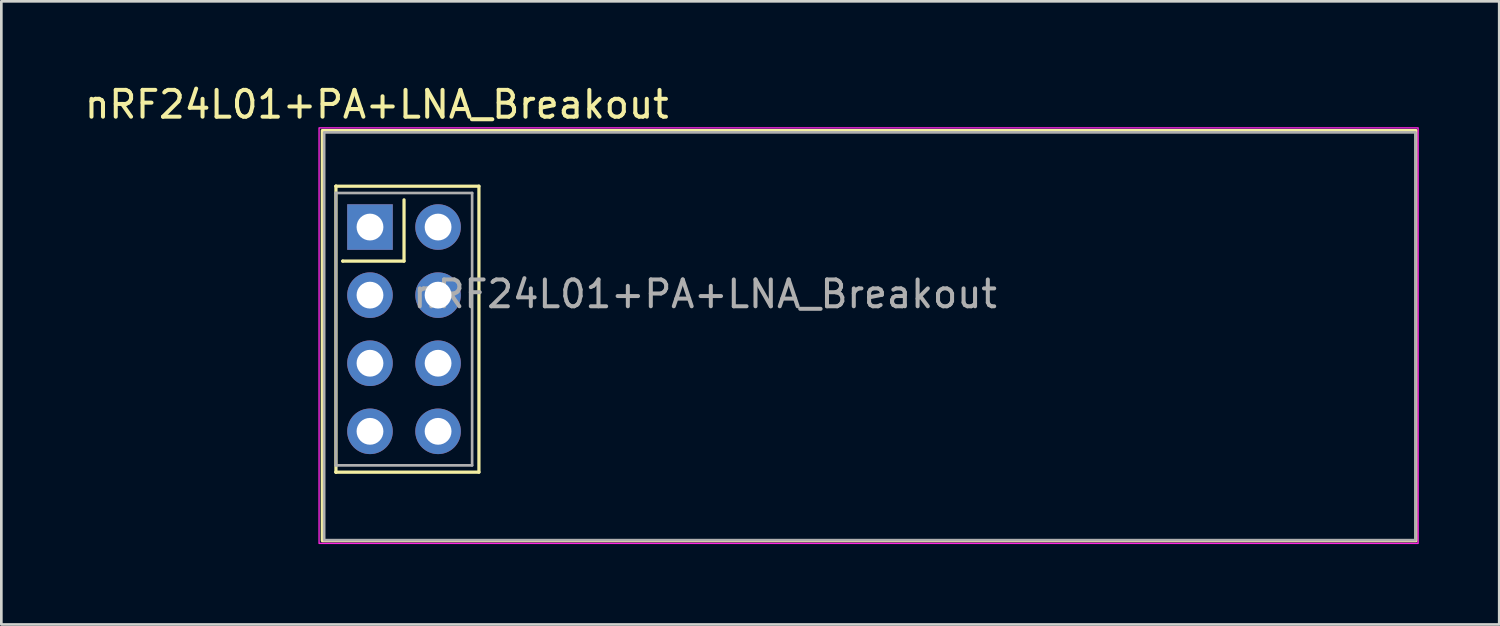
<source format=kicad_pcb>
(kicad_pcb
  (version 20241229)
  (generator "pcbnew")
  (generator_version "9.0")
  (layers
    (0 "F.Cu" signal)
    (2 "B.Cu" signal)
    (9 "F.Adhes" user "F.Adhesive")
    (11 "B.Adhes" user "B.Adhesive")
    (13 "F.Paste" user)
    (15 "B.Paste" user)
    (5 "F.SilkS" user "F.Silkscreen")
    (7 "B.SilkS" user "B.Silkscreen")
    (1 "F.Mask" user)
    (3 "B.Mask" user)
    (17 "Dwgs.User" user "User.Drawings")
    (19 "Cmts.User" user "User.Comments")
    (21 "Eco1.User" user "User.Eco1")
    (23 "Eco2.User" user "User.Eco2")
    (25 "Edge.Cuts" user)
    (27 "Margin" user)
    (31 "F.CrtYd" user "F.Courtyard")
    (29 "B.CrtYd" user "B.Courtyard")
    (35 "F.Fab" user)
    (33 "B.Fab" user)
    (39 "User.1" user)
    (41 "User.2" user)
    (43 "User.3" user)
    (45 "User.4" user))
  (footprint "nRF24L01+PA+LNA_Breakout"
    (layer "F.Cu")
    (at 10.752 5.42)
    (property "Reference" "nRF24L01+PA+LNA_Breakout" (at 0.254 -4.572 0) (layer "F.SilkS") (effects (font (size 1 1) (thickness 0.15))))
    (attr through_hole)
    (fp_line (start -1.27 -1.524) (end -1.27 -1.524) (stroke (width 0.12) (type solid)) (layer "F.SilkS"))
    (fp_line (start -1.27 -1.524) (end 4.064 -1.524) (stroke (width 0.12) (type solid)) (layer "F.SilkS"))
    (fp_line (start -1.27 9.144) (end -1.27 -1.524) (stroke (width 0.12) (type solid)) (layer "F.SilkS"))
    (fp_line (start -1.27 9.144) (end -1.27 9.144) (stroke (width 0.12) (type solid)) (layer "F.SilkS"))
    (fp_line (start -1.016 1.27) (end -1.016 1.27) (stroke (width 0.12) (type solid)) (layer "F.SilkS"))
    (fp_line (start 1.27 -1.016) (end 1.27 1.27) (stroke (width 0.12) (type solid)) (layer "F.SilkS"))
    (fp_line (start 1.27 1.27) (end -1.016 1.27) (stroke (width 0.12) (type solid)) (layer "F.SilkS"))
    (fp_line (start 4.064 -1.524) (end 4.064 9.144) (stroke (width 0.12) (type solid)) (layer "F.SilkS"))
    (fp_line (start 4.064 9.144) (end -1.27 9.144) (stroke (width 0.12) (type solid)) (layer "F.SilkS"))
    (fp_rect (start -1.778 -3.6) (end 39.022 11.7) (stroke (width 0.12) (type solid)) (fill no) (layer "F.SilkS"))
    (fp_rect (start -1.9 -3.7) (end 39.1 11.8) (stroke (width 0.05) (type solid)) (fill no) (layer "F.CrtYd"))
    (fp_line (start -1.27 -1.27) (end -1.27 -1.27) (stroke (width 0.1) (type solid)) (layer "F.Fab"))
    (fp_line (start -1.27 -1.27) (end 3.81 -1.27) (stroke (width 0.1) (type solid)) (layer "F.Fab"))
    (fp_line (start -1.27 8.89) (end -1.27 -1.27) (stroke (width 0.1) (type solid)) (layer "F.Fab"))
    (fp_line (start 3.81 -1.27) (end 3.81 8.89) (stroke (width 0.1) (type solid)) (layer "F.Fab"))
    (fp_line (start 3.81 8.89) (end -1.27 8.89) (stroke (width 0.1) (type solid)) (layer "F.Fab"))
    (fp_rect (start -1.71 -3.53) (end 39 11.68) (stroke (width 0.1) (type solid)) (fill no) (layer "F.Fab"))
    (fp_text user "${REFERENCE}" (at 12.5 2.5 0) (layer "F.Fab") (effects (font (size 1 1) (thickness 0.15))))
    (pad "1" thru_hole rect (at 0 0) (size 1.7 1.7) (drill 1) (layers "*.Cu" "*.Mask"))
    (pad "2" thru_hole circle (at 2.54 0) (size 1.7 1.7) (drill 1) (layers "*.Cu" "*.Mask"))
    (pad "3" thru_hole circle (at 0 2.54) (size 1.7 1.7) (drill 1) (layers "*.Cu" "*.Mask"))
    (pad "4" thru_hole circle (at 2.54 2.54) (size 1.7 1.7) (drill 1) (layers "*.Cu" "*.Mask"))
    (pad "5" thru_hole circle (at 0 5.08) (size 1.7 1.7) (drill 1) (layers "*.Cu" "*.Mask"))
    (pad "6" thru_hole circle (at 2.54 5.08) (size 1.7 1.7) (drill 1) (layers "*.Cu" "*.Mask"))
    (pad "7" thru_hole circle (at 0 7.62) (size 1.7 1.7) (drill 1) (layers "*.Cu" "*.Mask"))
    (pad "8" thru_hole circle (at 2.54 7.62) (size 1.7 1.7) (drill 1) (layers "*.Cu" "*.Mask")))
  (gr_rect
    (start -3 -3)
    (end 52.877 20.245)
    (stroke (width 0.1) (type default))
    (fill no)
    (layer "Edge.Cuts")))
</source>
